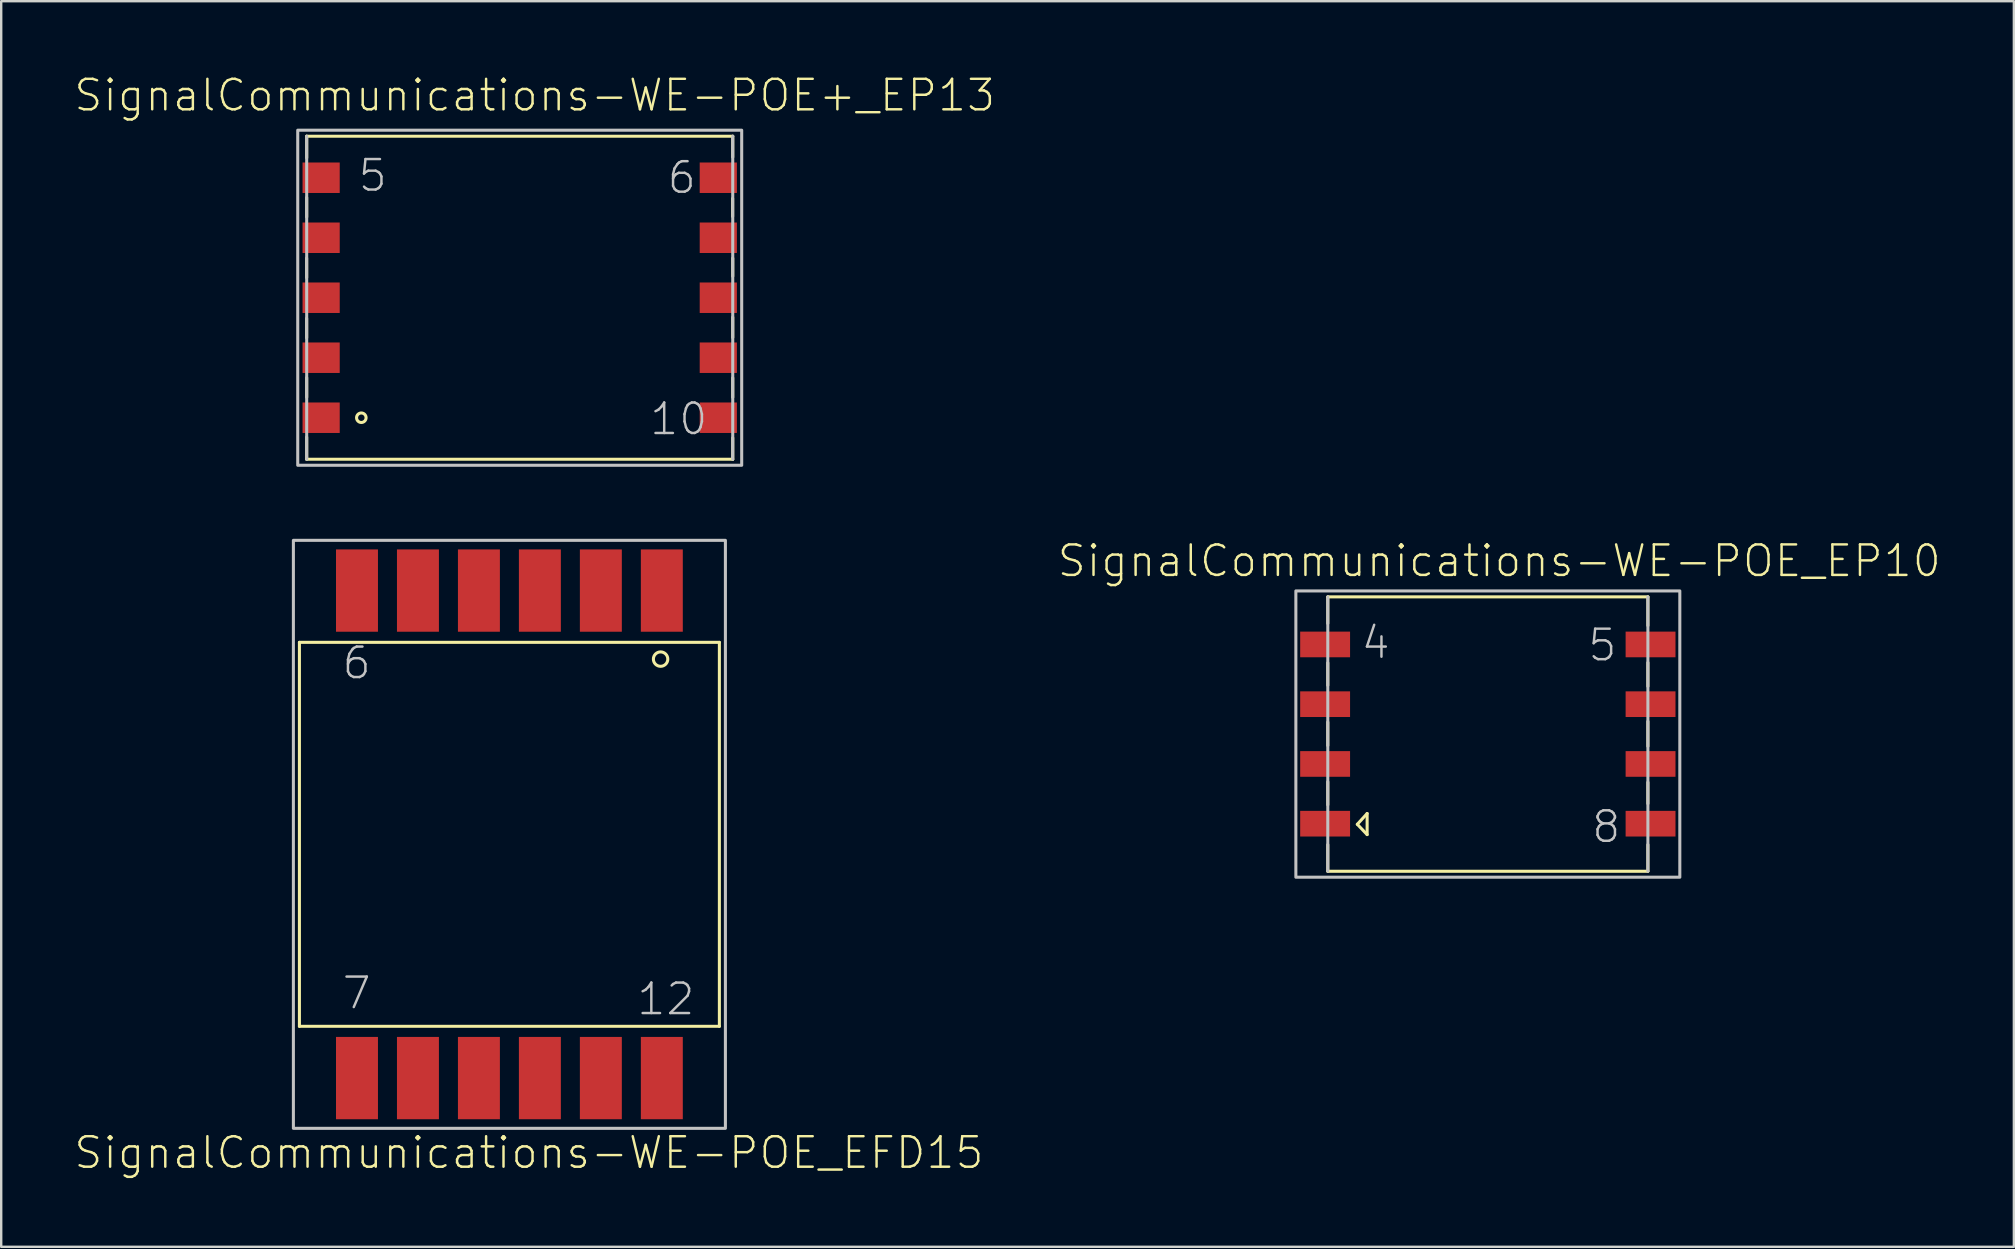
<source format=kicad_pcb>
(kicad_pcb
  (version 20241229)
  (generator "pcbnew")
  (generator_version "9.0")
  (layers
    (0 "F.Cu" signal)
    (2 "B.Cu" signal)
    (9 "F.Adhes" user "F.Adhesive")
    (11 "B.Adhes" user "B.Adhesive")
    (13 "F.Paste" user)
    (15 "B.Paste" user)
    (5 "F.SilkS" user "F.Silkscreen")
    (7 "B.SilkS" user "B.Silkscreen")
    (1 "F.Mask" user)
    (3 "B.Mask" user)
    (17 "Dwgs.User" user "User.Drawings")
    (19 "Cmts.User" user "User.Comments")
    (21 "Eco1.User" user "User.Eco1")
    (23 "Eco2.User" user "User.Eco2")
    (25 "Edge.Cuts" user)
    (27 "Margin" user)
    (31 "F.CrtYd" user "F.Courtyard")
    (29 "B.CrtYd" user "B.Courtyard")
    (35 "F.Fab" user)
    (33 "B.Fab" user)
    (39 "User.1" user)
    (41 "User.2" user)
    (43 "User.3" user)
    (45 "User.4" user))
  (footprint "SignalCommunications-WE-POE_EFD15"
    (layer "F.Cu")
    (at 18.172 31.709)
    (property "Reference" "SignalCommunications-WE-POE_EFD15" (at 0.813 13.264 0) (layer "F.SilkS") (effects (font (size 1.27 1.27) (thickness 0.102))))
    (attr smd)
    (fp_line (start -8.748 -7.998) (end -8.748 7.998) (stroke (width 0.127) (type solid)) (layer "F.SilkS"))
    (fp_line (start 8.748 -7.998) (end -8.748 -7.998) (stroke (width 0.127) (type solid)) (layer "F.SilkS"))
    (fp_line (start 8.748 -7.998) (end 8.748 7.998) (stroke (width 0.127) (type solid)) (layer "F.SilkS"))
    (fp_line (start 8.748 7.998) (end -8.748 7.998) (stroke (width 0.127) (type solid)) (layer "F.SilkS"))
    (fp_circle (center 6.299 -7.3) (end 6.299 -7.6) (stroke (width 0.127) (type solid)) (fill no) (layer "F.SilkS"))
    (fp_poly (pts (xy -8.999 -12.248) (xy 8.999 -12.248) (xy 8.999 12.248) (xy -8.999 12.248) (xy -8.999 -12.248)) (stroke (width 0.127) (type solid)) (fill no) (layer "Dwgs.User"))
    (fp_text user "12" (at 6.518 6.863 0) (layer "Dwgs.User") (effects (font (size 1.27 1.27) (thickness 0.102))))
    (fp_text user "7" (at -6.363 6.614 0) (layer "Dwgs.User") (effects (font (size 1.27 1.27) (thickness 0.102))))
    (fp_text user "6" (at -6.363 -7.135 0) (layer "Dwgs.User") (effects (font (size 1.27 1.27) (thickness 0.102))))
    (pad "1" smd rect (at 6.35 -10.155 270) (size 3.429 1.748) (layers "F.Cu" "F.Mask" "F.Paste"))
    (pad "2" smd rect (at 3.81 -10.155 270) (size 3.429 1.748) (layers "F.Cu" "F.Mask" "F.Paste"))
    (pad "3" smd rect (at 1.27 -10.155 270) (size 3.429 1.748) (layers "F.Cu" "F.Mask" "F.Paste"))
    (pad "4" smd rect (at -1.27 -10.155 270) (size 3.429 1.748) (layers "F.Cu" "F.Mask" "F.Paste"))
    (pad "5" smd rect (at -3.81 -10.155 270) (size 3.429 1.748) (layers "F.Cu" "F.Mask" "F.Paste"))
    (pad "6" smd rect (at -6.35 -10.155 270) (size 3.429 1.748) (layers "F.Cu" "F.Mask" "F.Paste"))
    (pad "7" smd rect (at -6.35 10.155 270) (size 3.429 1.748) (layers "F.Cu" "F.Mask" "F.Paste"))
    (pad "8" smd rect (at -3.81 10.155 270) (size 3.429 1.748) (layers "F.Cu" "F.Mask" "F.Paste"))
    (pad "9" smd rect (at -1.27 10.155 270) (size 3.429 1.748) (layers "F.Cu" "F.Mask" "F.Paste"))
    (pad "10" smd rect (at 1.27 10.155 270) (size 3.429 1.748) (layers "F.Cu" "F.Mask" "F.Paste"))
    (pad "11" smd rect (at 3.81 10.155 270) (size 3.429 1.748) (layers "F.Cu" "F.Mask" "F.Paste"))
    (pad "12" smd rect (at 6.35 10.155 270) (size 3.429 1.748) (layers "F.Cu" "F.Mask" "F.Paste")))
  (footprint "SignalCommunications-WE-POE+_EP13"
    (layer "F.Cu")
    (at 18.602 9.354)
    (property "Reference" "SignalCommunications-WE-POE+_EP13" (at 0.625 -8.433 0) (layer "F.SilkS") (effects (font (size 1.27 1.27) (thickness 0.102))))
    (attr smd)
    (fp_line (start -8.877 -1.651) (end -8.877 -0.838) (stroke (width 0.127) (type solid)) (layer "F.SilkS"))
    (fp_line (start -8.877 0.859) (end -8.877 1.671) (stroke (width 0.127) (type solid)) (layer "F.SilkS"))
    (fp_line (start -8.875 -6.728) (end 8.875 -6.728) (stroke (width 0.127) (type solid)) (layer "F.SilkS"))
    (fp_line (start -8.875 -5.827) (end -8.875 -6.731) (stroke (width 0.127) (type solid)) (layer "F.SilkS"))
    (fp_line (start -8.875 -4.173) (end -8.875 -3.36) (stroke (width 0.127) (type solid)) (layer "F.SilkS"))
    (fp_line (start -8.875 3.332) (end -8.875 4.148) (stroke (width 0.127) (type solid)) (layer "F.SilkS"))
    (fp_line (start -8.875 5.809) (end -8.875 6.731) (stroke (width 0.127) (type solid)) (layer "F.SilkS"))
    (fp_line (start -8.875 6.728) (end 8.875 6.728) (stroke (width 0.127) (type solid)) (layer "F.SilkS"))
    (fp_line (start 8.87 -4.135) (end 8.87 -3.386) (stroke (width 0.127) (type solid)) (layer "F.SilkS"))
    (fp_line (start 8.875 -5.857) (end 8.875 -6.728) (stroke (width 0.127) (type solid)) (layer "F.SilkS"))
    (fp_line (start 8.875 -1.648) (end 8.875 -0.894) (stroke (width 0.127) (type solid)) (layer "F.SilkS"))
    (fp_line (start 8.875 0.813) (end 8.875 1.659) (stroke (width 0.127) (type solid)) (layer "F.SilkS"))
    (fp_line (start 8.875 3.338) (end 8.875 4.15) (stroke (width 0.127) (type solid)) (layer "F.SilkS"))
    (fp_line (start 8.875 5.837) (end 8.875 6.734) (stroke (width 0.127) (type solid)) (layer "F.SilkS"))
    (fp_circle (center -6.599 4.999) (end -6.599 4.801) (stroke (width 0.127) (type solid)) (fill no) (layer "F.SilkS"))
    (fp_line (start -8.875 -6.728) (end -8.875 6.728) (stroke (width 0.127) (type solid)) (layer "Dwgs.User"))
    (fp_line (start 8.875 -6.728) (end 8.875 6.728) (stroke (width 0.127) (type solid)) (layer "Dwgs.User"))
    (fp_poly (pts (xy -9.248 -6.98) (xy 9.248 -6.98) (xy 9.248 6.98) (xy -9.248 6.98) (xy -9.248 -6.98)) (stroke (width 0.127) (type solid)) (fill no) (layer "Dwgs.User"))
    (fp_text user "6" (at 6.751 -5.001 0) (layer "Dwgs.User") (effects (font (size 1.27 1.27) (thickness 0.102))))
    (fp_text user "5" (at -6.124 -5.09 0) (layer "Dwgs.User") (effects (font (size 1.27 1.27) (thickness 0.102))))
    (fp_text user "10" (at 6.624 5.052 0) (layer "Dwgs.User") (effects (font (size 1.27 1.27) (thickness 0.102))))
    (pad "1" smd rect (at -8.273 4.999) (size 1.549 1.27) (layers "F.Cu" "F.Mask" "F.Paste"))
    (pad "2" smd rect (at -8.273 2.499) (size 1.549 1.27) (layers "F.Cu" "F.Mask" "F.Paste"))
    (pad "3" smd rect (at -8.273 0) (size 1.549 1.27) (layers "F.Cu" "F.Mask" "F.Paste"))
    (pad "4" smd rect (at -8.273 -2.499) (size 1.549 1.27) (layers "F.Cu" "F.Mask" "F.Paste"))
    (pad "5" smd rect (at -8.273 -4.999) (size 1.549 1.27) (layers "F.Cu" "F.Mask" "F.Paste"))
    (pad "6" smd rect (at 8.273 -4.999) (size 1.549 1.27) (layers "F.Cu" "F.Mask" "F.Paste"))
    (pad "7" smd rect (at 8.273 -2.499) (size 1.549 1.27) (layers "F.Cu" "F.Mask" "F.Paste"))
    (pad "8" smd rect (at 8.273 0) (size 1.549 1.27) (layers "F.Cu" "F.Mask" "F.Paste"))
    (pad "9" smd rect (at 8.273 2.499) (size 1.549 1.27) (layers "F.Cu" "F.Mask" "F.Paste"))
    (pad "10" smd rect (at 8.273 4.999) (size 1.549 1.27) (layers "F.Cu" "F.Mask" "F.Paste")))
  (footprint "SignalCommunications-WE-POE_EP10"
    (layer "F.Cu")
    (at 58.935 27.532)
    (property "Reference" "SignalCommunications-WE-POE_EP10" (at 0.475 -7.214 0) (layer "F.SilkS") (effects (font (size 1.27 1.27) (thickness 0.102))))
    (attr smd)
    (fp_line (start -6.668 -5.715) (end 6.668 -5.715) (stroke (width 0.127) (type solid)) (layer "F.SilkS"))
    (fp_line (start -6.668 -4.608) (end -6.668 -5.715) (stroke (width 0.127) (type solid)) (layer "F.SilkS"))
    (fp_line (start -6.668 -2.969) (end -6.668 -2.029) (stroke (width 0.127) (type solid)) (layer "F.SilkS"))
    (fp_line (start -6.668 -0.498) (end -6.668 0.478) (stroke (width 0.127) (type solid)) (layer "F.SilkS"))
    (fp_line (start -6.668 1.989) (end -6.668 2.949) (stroke (width 0.127) (type solid)) (layer "F.SilkS"))
    (fp_line (start -6.668 4.608) (end -6.668 5.715) (stroke (width 0.127) (type solid)) (layer "F.SilkS"))
    (fp_line (start -6.668 5.715) (end 6.668 5.715) (stroke (width 0.127) (type solid)) (layer "F.SilkS"))
    (fp_line (start -5.438 3.759) (end -5.029 3.31) (stroke (width 0.127) (type solid)) (layer "F.SilkS"))
    (fp_line (start -5.029 3.31) (end -5.029 4.188) (stroke (width 0.127) (type solid)) (layer "F.SilkS"))
    (fp_line (start -5.029 4.188) (end -5.438 3.759) (stroke (width 0.127) (type solid)) (layer "F.SilkS"))
    (fp_line (start 6.668 -4.519) (end 6.668 -5.718) (stroke (width 0.127) (type solid)) (layer "F.SilkS"))
    (fp_line (start 6.668 -2.979) (end 6.668 -1.989) (stroke (width 0.127) (type solid)) (layer "F.SilkS"))
    (fp_line (start 6.668 -0.528) (end 6.668 0.508) (stroke (width 0.127) (type solid)) (layer "F.SilkS"))
    (fp_line (start 6.668 2.009) (end 6.668 2.898) (stroke (width 0.127) (type solid)) (layer "F.SilkS"))
    (fp_line (start 6.668 4.608) (end 6.668 5.715) (stroke (width 0.127) (type solid)) (layer "F.SilkS"))
    (fp_line (start -6.668 -5.715) (end -6.668 5.715) (stroke (width 0.127) (type solid)) (layer "Dwgs.User"))
    (fp_line (start 6.668 -5.715) (end 6.668 5.715) (stroke (width 0.127) (type solid)) (layer "Dwgs.User"))
    (fp_poly (pts (xy -7.998 -5.964) (xy 7.998 -5.964) (xy 7.998 5.964) (xy -7.998 5.964) (xy -7.998 -5.964)) (stroke (width 0.127) (type solid)) (fill no) (layer "Dwgs.User"))
    (fp_text user "4" (at -4.674 -3.805 0) (layer "Dwgs.User") (effects (font (size 1.27 1.27) (thickness 0.102))))
    (fp_text user "5" (at 4.773 -3.703 0) (layer "Dwgs.User") (effects (font (size 1.27 1.27) (thickness 0.102))))
    (fp_text user "8" (at 4.933 3.863 0) (layer "Dwgs.User") (effects (font (size 1.27 1.27) (thickness 0.102))))
    (pad "1" smd rect (at -6.779 3.734) (size 2.078 1.069) (layers "F.Cu" "F.Mask" "F.Paste"))
    (pad "2" smd rect (at -6.779 1.245) (size 2.078 1.069) (layers "F.Cu" "F.Mask" "F.Paste"))
    (pad "3" smd rect (at -6.779 -1.245) (size 2.078 1.069) (layers "F.Cu" "F.Mask" "F.Paste"))
    (pad "4" smd rect (at -6.779 -3.734) (size 2.078 1.069) (layers "F.Cu" "F.Mask" "F.Paste"))
    (pad "5" smd rect (at 6.779 -3.734) (size 2.078 1.069) (layers "F.Cu" "F.Mask" "F.Paste"))
    (pad "6" smd rect (at 6.779 -1.245) (size 2.078 1.069) (layers "F.Cu" "F.Mask" "F.Paste"))
    (pad "7" smd rect (at 6.779 1.245) (size 2.078 1.069) (layers "F.Cu" "F.Mask" "F.Paste"))
    (pad "8" smd rect (at 6.779 3.734) (size 2.078 1.069) (layers "F.Cu" "F.Mask" "F.Paste")))
  (gr_rect
    (start -3 -3)
    (end 80.85 48.894)
    (stroke (width 0.1) (type default))
    (fill no)
    (layer "Edge.Cuts")))
</source>
